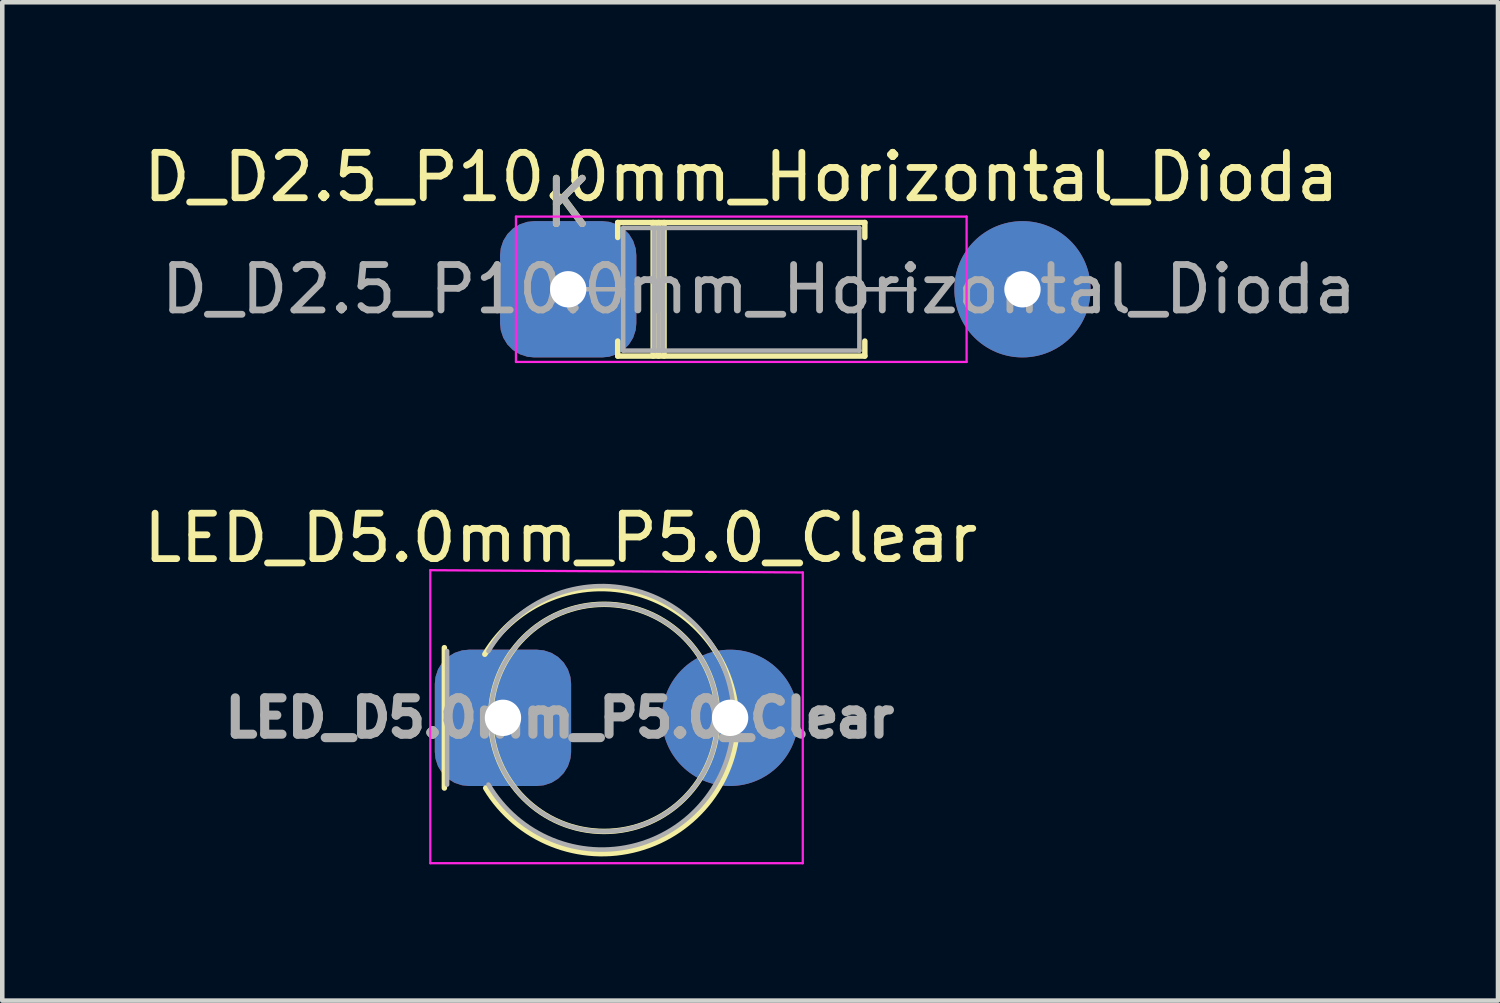
<source format=kicad_pcb>
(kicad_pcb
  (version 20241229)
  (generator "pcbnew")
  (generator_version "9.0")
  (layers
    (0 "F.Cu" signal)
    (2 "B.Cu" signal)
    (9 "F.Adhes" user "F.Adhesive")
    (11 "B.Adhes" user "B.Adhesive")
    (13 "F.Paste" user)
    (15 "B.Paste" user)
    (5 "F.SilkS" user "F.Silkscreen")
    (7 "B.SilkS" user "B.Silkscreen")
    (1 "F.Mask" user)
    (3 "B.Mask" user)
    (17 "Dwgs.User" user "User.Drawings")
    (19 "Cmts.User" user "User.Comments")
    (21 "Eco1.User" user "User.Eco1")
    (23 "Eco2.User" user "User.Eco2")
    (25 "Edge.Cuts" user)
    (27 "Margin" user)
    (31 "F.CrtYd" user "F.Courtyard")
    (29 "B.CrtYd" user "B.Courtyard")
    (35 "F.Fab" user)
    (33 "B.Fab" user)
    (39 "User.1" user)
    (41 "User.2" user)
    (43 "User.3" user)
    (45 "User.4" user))
  (footprint "D_D2.5_P10.0mm_Horizontal_Dioda"
    (layer "F.Cu")
    (at 9.458 3.318)
    (property "Reference" "D_D2.5_P10.0mm_Horizontal_Dioda" (at 3.81 -2.47 0) (layer "F.SilkS") (effects (font (size 1 1) (thickness 0.15))))
    (attr through_hole)
    (fp_line (start 1.09 -1.47) (end 6.53 -1.47) (stroke (width 0.12) (type solid)) (layer "F.SilkS"))
    (fp_line (start 1.09 -1.14) (end 1.09 -1.47) (stroke (width 0.12) (type solid)) (layer "F.SilkS"))
    (fp_line (start 1.09 1.14) (end 1.09 1.47) (stroke (width 0.12) (type solid)) (layer "F.SilkS"))
    (fp_line (start 1.09 1.47) (end 6.53 1.47) (stroke (width 0.12) (type solid)) (layer "F.SilkS"))
    (fp_line (start 1.87 -1.47) (end 1.87 1.47) (stroke (width 0.12) (type solid)) (layer "F.SilkS"))
    (fp_line (start 1.99 -1.47) (end 1.99 1.47) (stroke (width 0.12) (type solid)) (layer "F.SilkS"))
    (fp_line (start 2.11 -1.47) (end 2.11 1.47) (stroke (width 0.12) (type solid)) (layer "F.SilkS"))
    (fp_line (start 6.53 -1.47) (end 6.53 -1.14) (stroke (width 0.12) (type solid)) (layer "F.SilkS"))
    (fp_line (start 6.53 1.47) (end 6.53 1.14) (stroke (width 0.12) (type solid)) (layer "F.SilkS"))
    (fp_line (start -1.15 -1.6) (end -1.15 1.6) (stroke (width 0.05) (type solid)) (layer "F.CrtYd"))
    (fp_line (start -1.15 1.6) (end 8.77 1.6) (stroke (width 0.05) (type solid)) (layer "F.CrtYd"))
    (fp_line (start 8.77 -1.6) (end -1.15 -1.6) (stroke (width 0.05) (type solid)) (layer "F.CrtYd"))
    (fp_line (start 8.77 1.6) (end 8.77 -1.6) (stroke (width 0.05) (type solid)) (layer "F.CrtYd"))
    (fp_line (start 0 0) (end 1.21 0) (stroke (width 0.1) (type solid)) (layer "F.Fab"))
    (fp_line (start 1.21 -1.35) (end 1.21 1.35) (stroke (width 0.1) (type solid)) (layer "F.Fab"))
    (fp_line (start 1.21 1.35) (end 6.41 1.35) (stroke (width 0.1) (type solid)) (layer "F.Fab"))
    (fp_line (start 1.89 -1.35) (end 1.89 1.35) (stroke (width 0.1) (type solid)) (layer "F.Fab"))
    (fp_line (start 1.99 -1.35) (end 1.99 1.35) (stroke (width 0.1) (type solid)) (layer "F.Fab"))
    (fp_line (start 2.09 -1.35) (end 2.09 1.35) (stroke (width 0.1) (type solid)) (layer "F.Fab"))
    (fp_line (start 6.41 -1.35) (end 1.21 -1.35) (stroke (width 0.1) (type solid)) (layer "F.Fab"))
    (fp_line (start 6.41 1.35) (end 6.41 -1.35) (stroke (width 0.1) (type solid)) (layer "F.Fab"))
    (fp_line (start 7.62 0) (end 6.41 0) (stroke (width 0.1) (type solid)) (layer "F.Fab"))
    (fp_text user "K" (at 0 -1.9 0) (layer "F.SilkS") (effects (font (size 1 1) (thickness 0.15))))
    (fp_text user "${REFERENCE}" (at 4.2 0 0) (layer "F.Fab") (effects (font (size 1 1) (thickness 0.15))))
    (fp_text user "K" (at 0 -1.9 0) (layer "F.Fab") (effects (font (size 1 1) (thickness 0.15))))
    (pad "1" thru_hole roundrect (at 0 0) (size 3 3) (drill 0.8) (layers "*.Cu" "*.Mask") (roundrect_rratio 0.25))
    (pad "2" thru_hole circle (at 10 0) (size 3 3) (drill 0.8) (layers "*.Cu" "*.Mask")))
  (footprint "LED_D5.0mm_P5.0_Clear"
    (layer "F.Cu")
    (at 8.022 12.752)
    (property "Reference" "LED_D5.0mm_P5.0_Clear" (at 1.27 -3.96 0) (layer "F.SilkS") (effects (font (size 1 1) (thickness 0.15))))
    (attr through_hole)
    (fp_line (start -1.29 -1.545) (end -1.29 1.545) (stroke (width 0.12) (type solid)) (layer "F.SilkS"))
    (fp_arc (start -0.4 -1.4) (mid 2.962001 -2.735602) (end 5.15 0.145292) (stroke (width 0.12) (type solid)) (layer "F.SilkS"))
    (fp_arc (start 5.17 -0.000478) (mid 2.982002 2.880417) (end -0.38 1.544814) (stroke (width 0.12) (type solid)) (layer "F.SilkS"))
    (fp_circle (center 2.228 0.000462) (end 4.728 0.000462) (stroke (width 0.12) (type solid)) (fill no) (layer "F.SilkS"))
    (fp_line (start -1.6 -3.25) (end -1.6 3.2) (stroke (width 0.05) (type solid)) (layer "F.CrtYd"))
    (fp_line (start -1.6 3.2) (end 6.6 3.2) (stroke (width 0.05) (type solid)) (layer "F.CrtYd"))
    (fp_line (start 6.6 -3.2) (end -1.6 -3.25) (stroke (width 0.05) (type solid)) (layer "F.CrtYd"))
    (fp_line (start 6.6 3.2) (end 6.6 -3.2) (stroke (width 0.05) (type solid)) (layer "F.CrtYd"))
    (fp_line (start -1.23 -1.47) (end -1.23 1.47) (stroke (width 0.1) (type solid)) (layer "F.Fab"))
    (fp_arc (start -0.32 -1.46971) (mid 5.08 0) (end -0.320016 1.46965) (stroke (width 0.1) (type solid)) (layer "F.Fab"))
    (fp_circle (center 2.228 0.000462) (end 4.728 0.000462) (stroke (width 0.1) (type solid)) (fill no) (layer "F.Fab"))
    (fp_text user "${REFERENCE}" (at 1.25 0 0) (layer "F.Fab") (effects (font (size 0.8 0.8) (thickness 0.2))))
    (pad "1" thru_hole roundrect (at 0 0) (size 3 3) (drill 0.8) (layers "*.Cu" "*.Mask") (roundrect_rratio 0.25))
    (pad "2" thru_hole circle (at 5 0) (size 3 3) (drill 0.8) (layers "*.Cu" "*.Mask")))
  (gr_rect
    (start -3 -3)
    (end 29.926 18.977)
    (stroke (width 0.1) (type default))
    (fill no)
    (layer "Edge.Cuts")))
</source>
